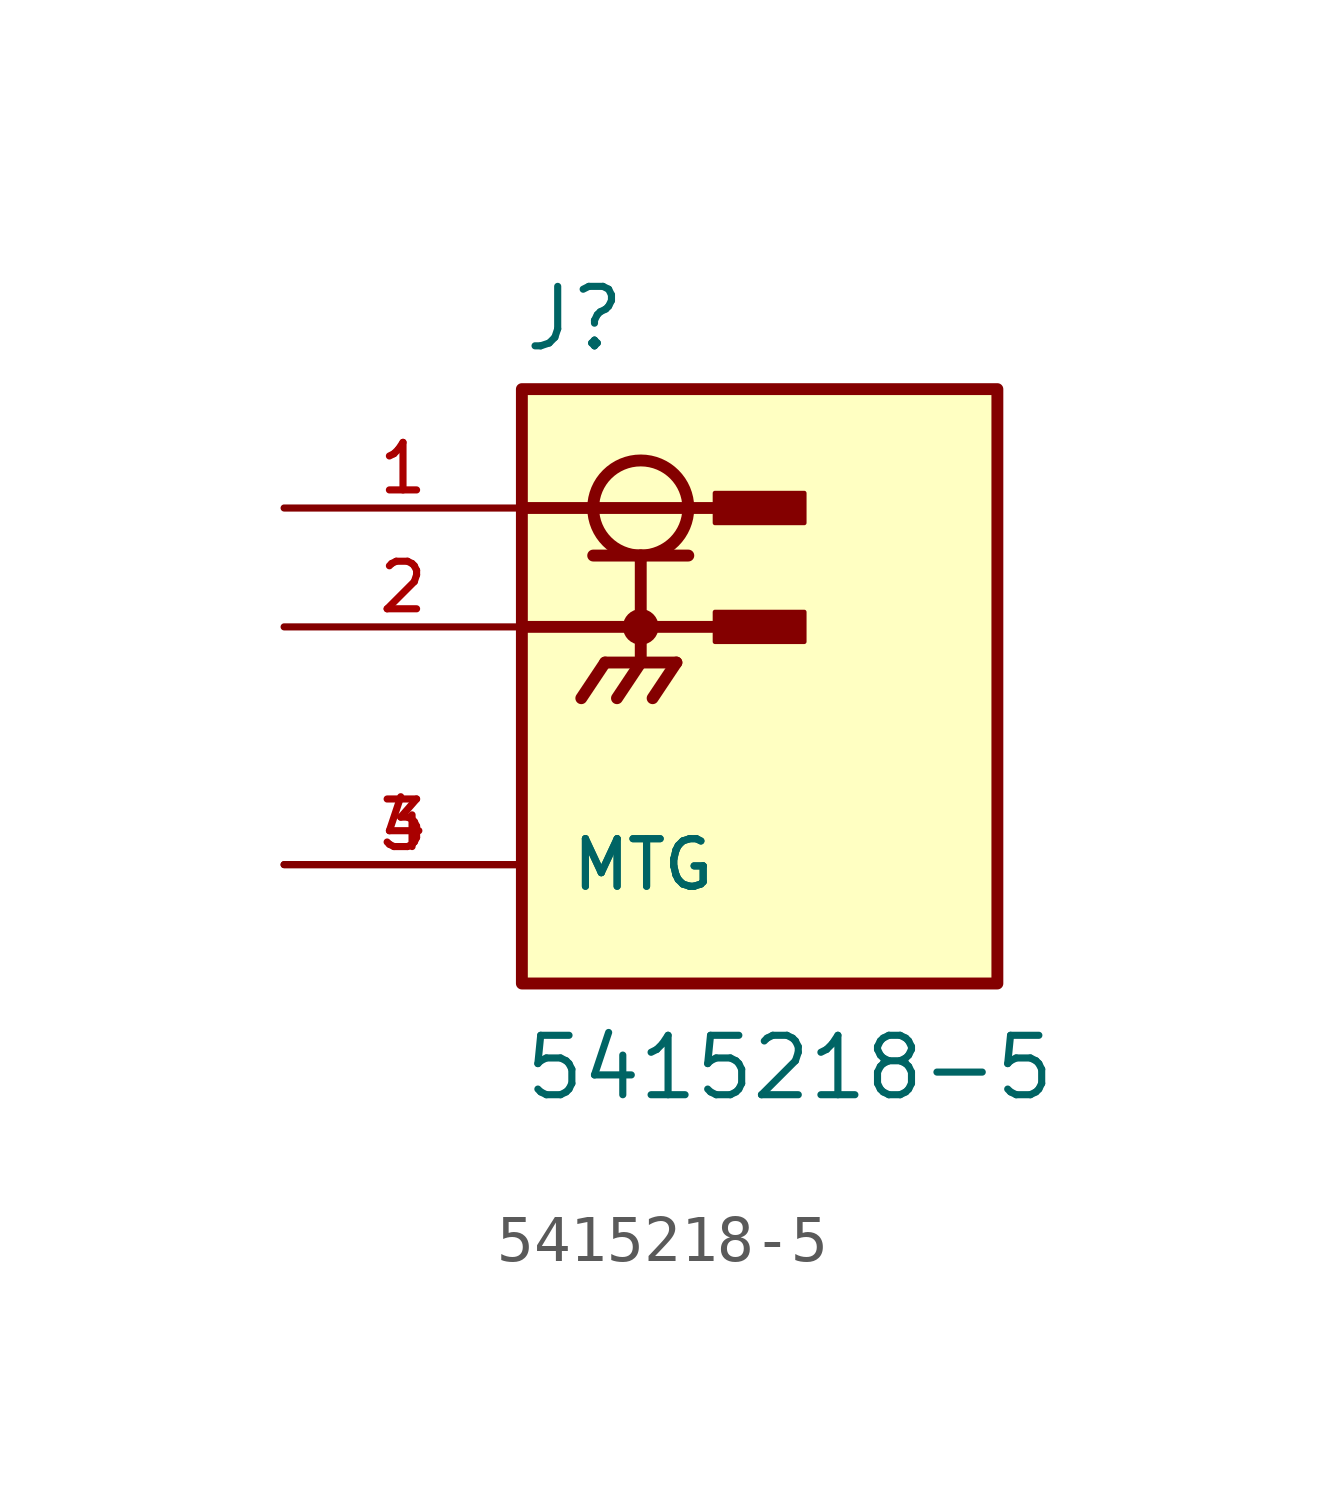
<source format=kicad_sym>
(kicad_symbol_lib
  (version 20211014)
  (generator kicad_symbol_editor)
  (symbol "5415218-5"
    (pin_names
      (offset 1.016))
    (property "Reference" "J"
      (at 5.08 3.302 0)
      (effects (font (size 1.27 1.27)) (justify bottom left)))
    (property "Value" "5415218-5"
      (at 5.08 -12.7 0)
      (effects (font (size 1.27 1.27)) (justify bottom left)))
    (symbol "5415218-5_0_0"
      (circle (center 7.62 0.0) (radius 1.016) (stroke (width 0.254)) (fill (type none)))
      (polyline (pts (xy 8.636 -1.016) (xy 7.62 -1.016)) (stroke (width 0.254)))
      (polyline (pts (xy 7.62 -1.016) (xy 6.604 -1.016)) (stroke (width 0.254)))
      (circle (center 7.62 -2.54) (radius 0.254) (stroke (width 0.254)) (fill (type none)))
      (polyline (pts (xy 10.16 0.0) (xy 5.08 0.0)) (stroke (width 0.254)))
      (polyline (pts (xy 10.16 -2.54) (xy 5.08 -2.54)) (stroke (width 0.254)))
      (polyline (pts (xy 7.62 -1.016) (xy 7.62 -3.302)) (stroke (width 0.254)))
      (polyline (pts (xy 7.62 -3.302) (xy 6.858 -3.302)) (stroke (width 0.254)))
      (polyline (pts (xy 7.62 -3.302) (xy 8.382 -3.302)) (stroke (width 0.254)))
      (polyline (pts (xy 6.858 -3.302) (xy 6.35 -4.064)) (stroke (width 0.254)))
      (polyline (pts (xy 7.62 -3.302) (xy 7.112 -4.064)) (stroke (width 0.254)))
      (polyline (pts (xy 8.382 -3.302) (xy 7.874 -4.064)) (stroke (width 0.254)))
      (rectangle (start 9.207 -0.318) (end 11.113 0.318) (stroke (width 0.1)) (fill (type outline)))
      (rectangle (start 9.207 -2.857) (end 11.113 -2.223) (stroke (width 0.1)) (fill (type outline)))
      (rectangle (start 5.08 -10.16) (end 15.24 2.54) (stroke (width 0.254)) (fill (type background)))
      (pin passive line (at 0.0 0.0 0) (length 5.08) (name "~" (effects (font (size 1.016 1.016)))) (number "1" (effects (font (size 1.016 1.016)))))
      (pin power_in line (at 0.0 -2.54 0) (length 5.08) (name "~" (effects (font (size 1.016 1.016)))) (number "2" (effects (font (size 1.016 1.016)))))
      (pin passive line (at 0.0 -7.62 0) (length 5.08) (name "MTG" (effects (font (size 1.016 1.016)))) (number "3" (effects (font (size 1.016 1.016)))))
      (pin passive line (at 0.0 -7.62 0) (length 5.08) (name "MTG" (effects (font (size 1.016 1.016)))) (number "4" (effects (font (size 1.016 1.016))))))))
</source>
